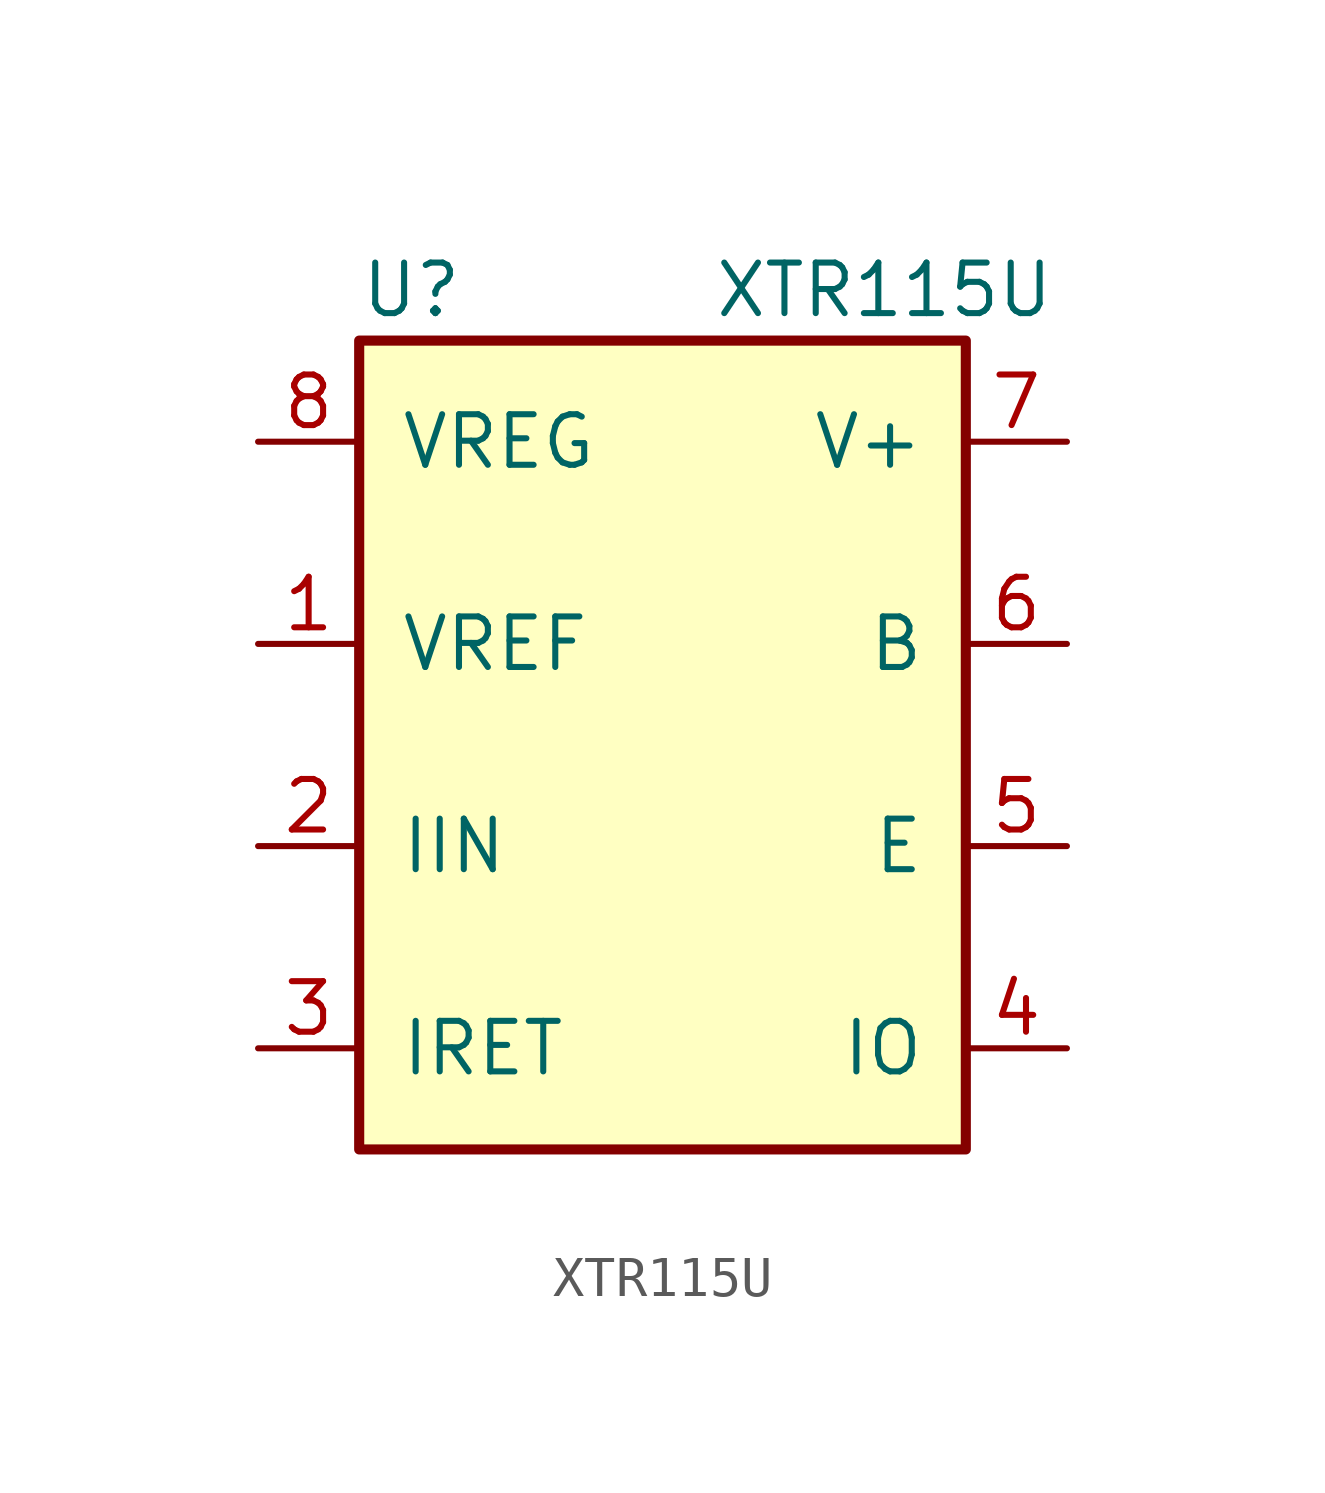
<source format=kicad_sym>
(kicad_symbol_lib
  (version 20201005)
  (generator kicad_symbol_editor)
  (symbol "XTR115U"
    (pin_names
      (offset 1.016))
    (property "Reference" "U"
      (at -7.62 13.97 0)
      (effects (font (size 1.27 1.27)) (justify left)))
    (property "Value" "XTR115U"
      (at 1.27 13.97 0)
      (effects (font (size 1.27 1.27)) (justify left)))
    (symbol "XTR115U_0_1"
      (rectangle (start -7.62 12.7) (end 7.62 -7.62) (stroke (width 0.254)) (fill (type background))))
    (symbol "XTR115U_1_1"
      (pin output line (at -10.16 5.08 0) (length 2.54) (name "VREF" (effects (font (size 1.27 1.27)))) (number "1" (effects (font (size 1.27 1.27)))))
      (pin input line (at -10.16 0 0) (length 2.54) (name "IIN" (effects (font (size 1.27 1.27)))) (number "2" (effects (font (size 1.27 1.27)))))
      (pin input line (at -10.16 -5.08 0) (length 2.54) (name "IRET" (effects (font (size 1.27 1.27)))) (number "3" (effects (font (size 1.27 1.27)))))
      (pin passive line (at 10.16 -5.08 180) (length 2.54) (name "IO" (effects (font (size 1.27 1.27)))) (number "4" (effects (font (size 1.27 1.27)))))
      (pin passive line (at 10.16 0 180) (length 2.54) (name "E" (effects (font (size 1.27 1.27)))) (number "5" (effects (font (size 1.27 1.27)))))
      (pin output line (at 10.16 5.08 180) (length 2.54) (name "B" (effects (font (size 1.27 1.27)))) (number "6" (effects (font (size 1.27 1.27)))))
      (pin output line (at 10.16 10.16 180) (length 2.54) (name "V+" (effects (font (size 1.27 1.27)))) (number "7" (effects (font (size 1.27 1.27)))))
      (pin output line (at -10.16 10.16 0) (length 2.54) (name "VREG" (effects (font (size 1.27 1.27)))) (number "8" (effects (font (size 1.27 1.27))))))))
</source>
